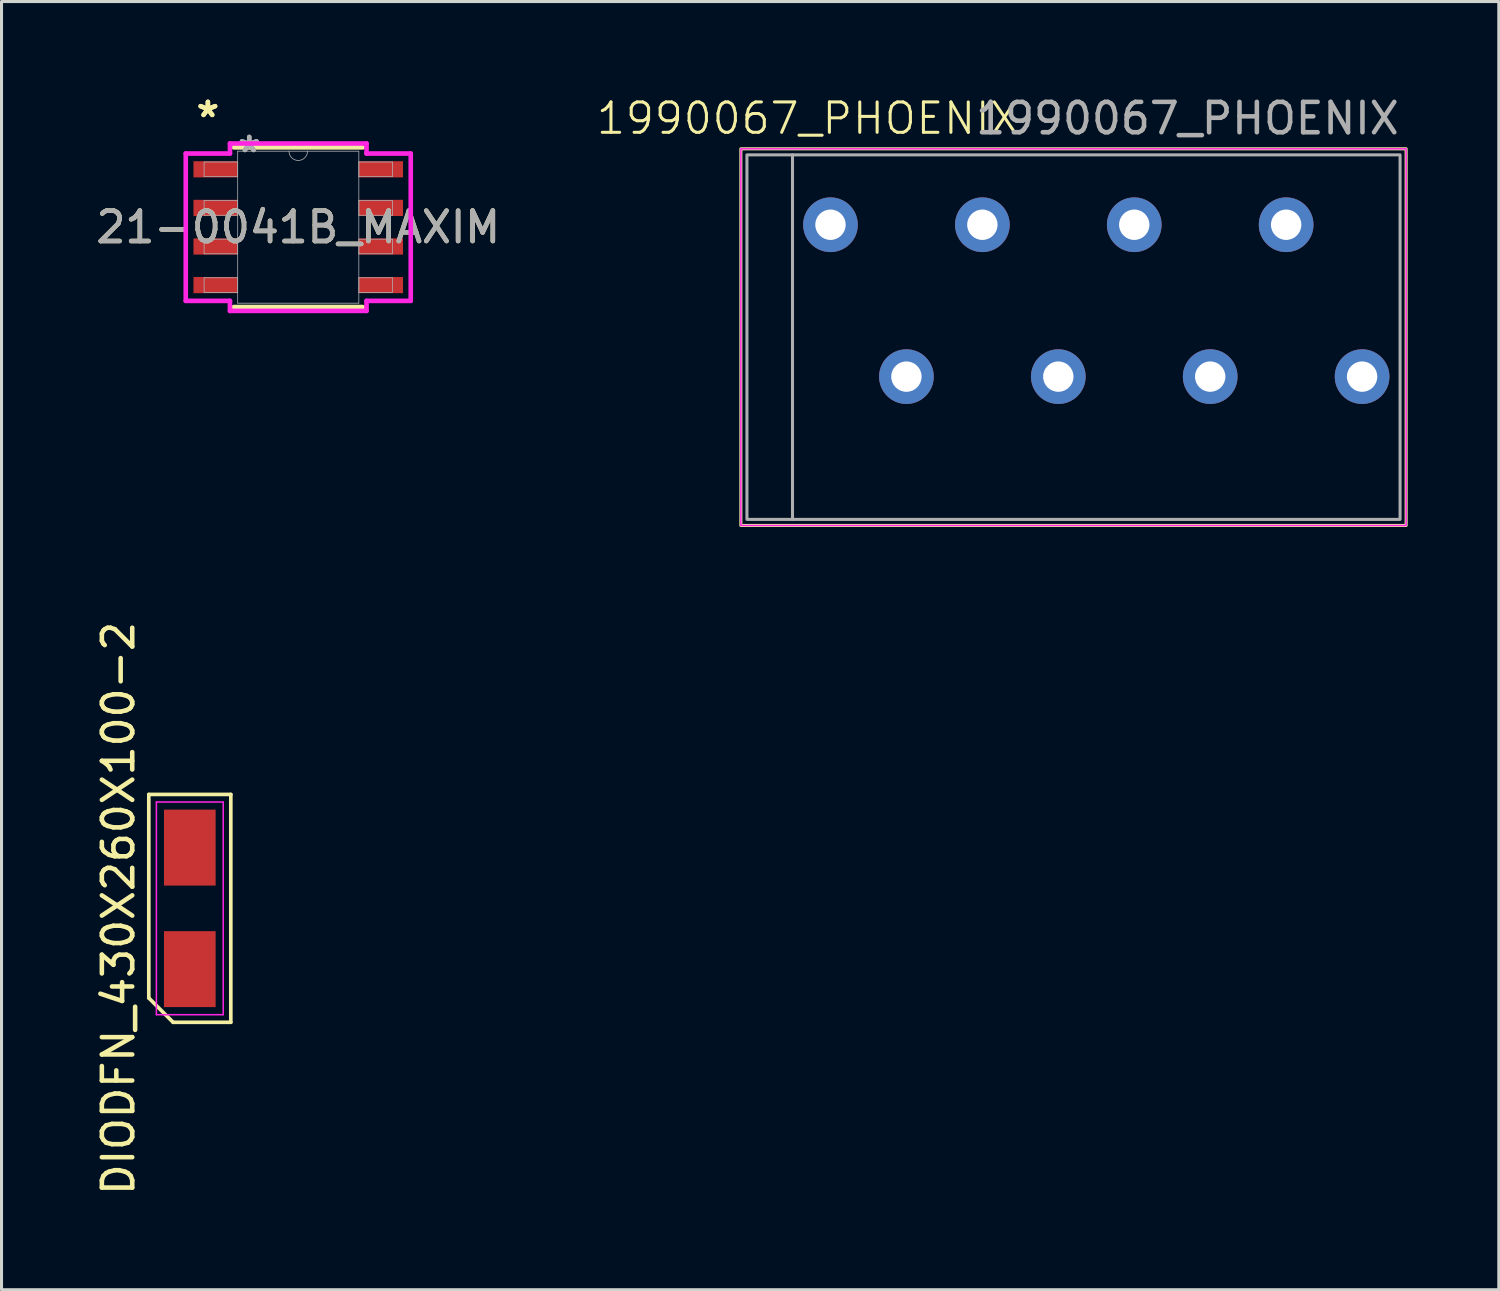
<source format=kicad_pcb>
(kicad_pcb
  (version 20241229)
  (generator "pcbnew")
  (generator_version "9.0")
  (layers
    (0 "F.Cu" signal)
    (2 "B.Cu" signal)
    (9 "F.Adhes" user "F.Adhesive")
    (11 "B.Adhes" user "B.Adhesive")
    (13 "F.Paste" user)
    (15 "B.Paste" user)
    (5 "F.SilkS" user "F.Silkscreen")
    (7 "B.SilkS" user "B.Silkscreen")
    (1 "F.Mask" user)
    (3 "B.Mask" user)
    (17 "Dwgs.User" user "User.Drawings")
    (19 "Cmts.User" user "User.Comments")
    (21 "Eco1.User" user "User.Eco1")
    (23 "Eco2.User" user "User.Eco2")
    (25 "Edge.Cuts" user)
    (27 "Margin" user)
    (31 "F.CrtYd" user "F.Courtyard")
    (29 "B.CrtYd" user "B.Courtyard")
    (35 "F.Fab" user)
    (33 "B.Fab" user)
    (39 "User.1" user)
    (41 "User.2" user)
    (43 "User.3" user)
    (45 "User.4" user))
  (footprint "DIODFN_430X260X100-2"
    (layer "F.Cu")
    (at 3.198 26.852)
    (property "Reference" "DIODFN_430X260X100-2" (at -2.35 0 90) (layer "F.SilkS") (effects (font (size 1 1) (thickness 0.15))))
    (attr smd)
    (fp_line (start -1.35 -3.75) (end 1.35 -3.75) (stroke (width 0.12) (type default)) (layer "F.SilkS"))
    (fp_line (start -1.35 2.95) (end -1.35 -3.75) (stroke (width 0.12) (type default)) (layer "F.SilkS"))
    (fp_line (start -0.55 3.75) (end -1.35 2.95) (stroke (width 0.12) (type default)) (layer "F.SilkS"))
    (fp_line (start 1.35 -3.75) (end 1.35 3.75) (stroke (width 0.12) (type default)) (layer "F.SilkS"))
    (fp_line (start 1.35 3.75) (end -0.55 3.75) (stroke (width 0.12) (type default)) (layer "F.SilkS"))
    (fp_line (start -1.1 -3.5) (end 1.1 -3.5) (stroke (width 0.05) (type default)) (layer "F.CrtYd"))
    (fp_line (start -1.1 3.5) (end -1.1 -3.5) (stroke (width 0.05) (type default)) (layer "F.CrtYd"))
    (fp_line (start 1.1 -3.5) (end 1.1 3.5) (stroke (width 0.05) (type default)) (layer "F.CrtYd"))
    (fp_line (start 1.1 3.5) (end -1.1 3.5) (stroke (width 0.05) (type default)) (layer "F.CrtYd"))
    (pad "1" smd rect (at 0 2) (size 1.7 2.5) (layers "F.Cu" "F.Mask" "F.Paste"))
    (pad "2" smd rect (at 0 -2) (size 1.7 2.5) (layers "F.Cu" "F.Mask" "F.Paste")))
  (footprint "1990067_PHOENIX"
    (layer "F.Cu")
    (at 33.038 6.848)
    (property "Reference" "1990067_PHOENIX" (at -9.5 -6 0) (unlocked yes) (layer "F.SilkS") (effects (font (size 1 1) (thickness 0.1))))
    (attr through_hole)
    (fp_rect (start -11.7 -5) (end 10.2 7.4) (stroke (width 0.1) (type default)) (fill no) (layer "F.SilkS"))
    (fp_rect (start -11.7 -5) (end 10.2 7.4) (stroke (width 0.05) (type default)) (fill no) (layer "F.CrtYd"))
    (fp_line (start -10 -4.8) (end -10 7.2) (stroke (width 0.1) (type default)) (layer "F.Fab"))
    (fp_rect (start -11.5 -4.8) (end 10 7.2) (stroke (width 0.1) (type solid)) (fill no) (layer "F.Fab"))
    (fp_text user "${REFERENCE}" (at 3 -6 0) (unlocked yes) (layer "F.Fab") (effects (font (size 1 1) (thickness 0.15))))
    (pad "1" thru_hole circle (at 8.75 2.5) (size 1.8 1.8) (drill 1) (layers "*.Cu" "*.Mask"))
    (pad "2" thru_hole circle (at 6.25 -2.5) (size 1.8 1.8) (drill 1) (layers "*.Cu" "*.Mask"))
    (pad "3" thru_hole circle (at 3.75 2.5) (size 1.8 1.8) (drill 1) (layers "*.Cu" "*.Mask"))
    (pad "4" thru_hole circle (at 1.25 -2.5) (size 1.8 1.8) (drill 1) (layers "*.Cu" "*.Mask"))
    (pad "5" thru_hole circle (at -1.25 2.5) (size 1.8 1.8) (drill 1) (layers "*.Cu" "*.Mask"))
    (pad "6" thru_hole circle (at -3.75 -2.5) (size 1.8 1.8) (drill 1) (layers "*.Cu" "*.Mask"))
    (pad "7" thru_hole circle (at -6.25 2.5) (size 1.8 1.8) (drill 1) (layers "*.Cu" "*.Mask"))
    (pad "8" thru_hole circle (at -8.75 -2.5) (size 1.8 1.8) (drill 1) (layers "*.Cu" "*.Mask")))
  (footprint "21-0041B_MAXIM"
    (layer "F.Cu")
    (at 6.768 4.429)
    (property "Reference" "21-0041B_MAXIM" (at 0 0 0) (unlocked yes) (layer "F.SilkS") (effects (font (size 1 1) (thickness 0.15))))
    (attr smd)
    (fp_line (start -2.121 2.629) (end 2.121 2.629) (stroke (width 0.152) (type solid)) (layer "F.SilkS"))
    (fp_line (start 2.121 -2.629) (end -2.121 -2.629) (stroke (width 0.152) (type solid)) (layer "F.SilkS"))
    (fp_line (start -3.703 -2.425) (end -2.248 -2.425) (stroke (width 0.152) (type solid)) (layer "F.CrtYd"))
    (fp_line (start -3.703 2.425) (end -3.703 -2.425) (stroke (width 0.152) (type solid)) (layer "F.CrtYd"))
    (fp_line (start -3.703 2.425) (end -2.248 2.425) (stroke (width 0.152) (type solid)) (layer "F.CrtYd"))
    (fp_line (start -2.248 -2.756) (end 2.248 -2.756) (stroke (width 0.152) (type solid)) (layer "F.CrtYd"))
    (fp_line (start -2.248 -2.425) (end -2.248 -2.756) (stroke (width 0.152) (type solid)) (layer "F.CrtYd"))
    (fp_line (start -2.248 2.756) (end -2.248 2.425) (stroke (width 0.152) (type solid)) (layer "F.CrtYd"))
    (fp_line (start 2.248 -2.756) (end 2.248 -2.425) (stroke (width 0.152) (type solid)) (layer "F.CrtYd"))
    (fp_line (start 2.248 2.425) (end 2.248 2.756) (stroke (width 0.152) (type solid)) (layer "F.CrtYd"))
    (fp_line (start 2.248 2.756) (end -2.248 2.756) (stroke (width 0.152) (type solid)) (layer "F.CrtYd"))
    (fp_line (start 3.703 -2.425) (end 2.248 -2.425) (stroke (width 0.152) (type solid)) (layer "F.CrtYd"))
    (fp_line (start 3.703 -2.425) (end 3.703 2.425) (stroke (width 0.152) (type solid)) (layer "F.CrtYd"))
    (fp_line (start 3.703 2.425) (end 2.248 2.425) (stroke (width 0.152) (type solid)) (layer "F.CrtYd"))
    (fp_line (start -3.099 -2.146) (end -3.099 -1.664) (stroke (width 0.025) (type solid)) (layer "F.Fab"))
    (fp_line (start -3.099 -1.664) (end -1.994 -1.664) (stroke (width 0.025) (type solid)) (layer "F.Fab"))
    (fp_line (start -3.099 -0.876) (end -3.099 -0.394) (stroke (width 0.025) (type solid)) (layer "F.Fab"))
    (fp_line (start -3.099 -0.394) (end -1.994 -0.394) (stroke (width 0.025) (type solid)) (layer "F.Fab"))
    (fp_line (start -3.099 0.394) (end -3.099 0.876) (stroke (width 0.025) (type solid)) (layer "F.Fab"))
    (fp_line (start -3.099 0.876) (end -1.994 0.876) (stroke (width 0.025) (type solid)) (layer "F.Fab"))
    (fp_line (start -3.099 1.664) (end -3.099 2.146) (stroke (width 0.025) (type solid)) (layer "F.Fab"))
    (fp_line (start -3.099 2.146) (end -1.994 2.146) (stroke (width 0.025) (type solid)) (layer "F.Fab"))
    (fp_line (start -1.994 -2.502) (end -1.994 2.502) (stroke (width 0.025) (type solid)) (layer "F.Fab"))
    (fp_line (start -1.994 -2.146) (end -3.099 -2.146) (stroke (width 0.025) (type solid)) (layer "F.Fab"))
    (fp_line (start -1.994 -1.664) (end -1.994 -2.146) (stroke (width 0.025) (type solid)) (layer "F.Fab"))
    (fp_line (start -1.994 -0.876) (end -3.099 -0.876) (stroke (width 0.025) (type solid)) (layer "F.Fab"))
    (fp_line (start -1.994 -0.394) (end -1.994 -0.876) (stroke (width 0.025) (type solid)) (layer "F.Fab"))
    (fp_line (start -1.994 0.394) (end -3.099 0.394) (stroke (width 0.025) (type solid)) (layer "F.Fab"))
    (fp_line (start -1.994 0.876) (end -1.994 0.394) (stroke (width 0.025) (type solid)) (layer "F.Fab"))
    (fp_line (start -1.994 1.664) (end -3.099 1.664) (stroke (width 0.025) (type solid)) (layer "F.Fab"))
    (fp_line (start -1.994 2.146) (end -1.994 1.664) (stroke (width 0.025) (type solid)) (layer "F.Fab"))
    (fp_line (start -1.994 2.502) (end 1.994 2.502) (stroke (width 0.025) (type solid)) (layer "F.Fab"))
    (fp_line (start 1.994 -2.502) (end -1.994 -2.502) (stroke (width 0.025) (type solid)) (layer "F.Fab"))
    (fp_line (start 1.994 -2.146) (end 1.994 -1.664) (stroke (width 0.025) (type solid)) (layer "F.Fab"))
    (fp_line (start 1.994 -1.664) (end 3.099 -1.664) (stroke (width 0.025) (type solid)) (layer "F.Fab"))
    (fp_line (start 1.994 -0.876) (end 1.994 -0.394) (stroke (width 0.025) (type solid)) (layer "F.Fab"))
    (fp_line (start 1.994 -0.394) (end 3.099 -0.394) (stroke (width 0.025) (type solid)) (layer "F.Fab"))
    (fp_line (start 1.994 0.394) (end 1.994 0.876) (stroke (width 0.025) (type solid)) (layer "F.Fab"))
    (fp_line (start 1.994 0.876) (end 3.099 0.876) (stroke (width 0.025) (type solid)) (layer "F.Fab"))
    (fp_line (start 1.994 1.664) (end 1.994 2.146) (stroke (width 0.025) (type solid)) (layer "F.Fab"))
    (fp_line (start 1.994 2.146) (end 3.099 2.146) (stroke (width 0.025) (type solid)) (layer "F.Fab"))
    (fp_line (start 1.994 2.502) (end 1.994 -2.502) (stroke (width 0.025) (type solid)) (layer "F.Fab"))
    (fp_line (start 3.099 -2.146) (end 1.994 -2.146) (stroke (width 0.025) (type solid)) (layer "F.Fab"))
    (fp_line (start 3.099 -1.664) (end 3.099 -2.146) (stroke (width 0.025) (type solid)) (layer "F.Fab"))
    (fp_line (start 3.099 -0.876) (end 1.994 -0.876) (stroke (width 0.025) (type solid)) (layer "F.Fab"))
    (fp_line (start 3.099 -0.394) (end 3.099 -0.876) (stroke (width 0.025) (type solid)) (layer "F.Fab"))
    (fp_line (start 3.099 0.394) (end 1.994 0.394) (stroke (width 0.025) (type solid)) (layer "F.Fab"))
    (fp_line (start 3.099 0.876) (end 3.099 0.394) (stroke (width 0.025) (type solid)) (layer "F.Fab"))
    (fp_line (start 3.099 1.664) (end 1.994 1.664) (stroke (width 0.025) (type solid)) (layer "F.Fab"))
    (fp_line (start 3.099 2.146) (end 3.099 1.664) (stroke (width 0.025) (type solid)) (layer "F.Fab"))
    (fp_arc (start 0.3048 -2.5019) (mid 0 -2.1971) (end -0.3048 -2.5019) (stroke (width 0.0254) (type solid)) (layer "F.Fab"))
    (fp_text user "*" (at -2.975 -3.581 0) (unlocked yes) (layer "F.SilkS") (effects (font (size 1 1) (thickness 0.15))))
    (fp_text user "*" (at -2.975 -3.581 0) (layer "F.SilkS") (effects (font (size 1 1) (thickness 0.15))))
    (fp_text user "${REFERENCE}" (at 0 0 0) (unlocked yes) (layer "F.Fab") (effects (font (size 1 1) (thickness 0.15))))
    (fp_text user "*" (at -1.613 -2.426 0) (layer "F.Fab") (effects (font (size 1 1) (thickness 0.15))))
    (fp_text user "*" (at -1.613 -2.426 0) (unlocked yes) (layer "F.Fab") (effects (font (size 1 1) (thickness 0.15))))
    (pad "1" smd rect (at -2.721 -1.905) (size 1.455 0.533) (layers "F.Cu" "F.Mask" "F.Paste"))
    (pad "2" smd rect (at -2.721 -0.635) (size 1.455 0.533) (layers "F.Cu" "F.Mask" "F.Paste"))
    (pad "3" smd rect (at -2.721 0.635) (size 1.455 0.533) (layers "F.Cu" "F.Mask" "F.Paste"))
    (pad "4" smd rect (at -2.721 1.905) (size 1.455 0.533) (layers "F.Cu" "F.Mask" "F.Paste"))
    (pad "5" smd rect (at 2.721 1.905) (size 1.455 0.533) (layers "F.Cu" "F.Mask" "F.Paste"))
    (pad "6" smd rect (at 2.721 0.635) (size 1.455 0.533) (layers "F.Cu" "F.Mask" "F.Paste"))
    (pad "7" smd rect (at 2.721 -0.635) (size 1.455 0.533) (layers "F.Cu" "F.Mask" "F.Paste"))
    (pad "8" smd rect (at 2.721 -1.905) (size 1.455 0.533) (layers "F.Cu" "F.Mask" "F.Paste")))
  (gr_rect
    (start -3 -3)
    (end 46.288 39.405)
    (stroke (width 0.1) (type default))
    (fill no)
    (layer "Edge.Cuts")))
</source>
